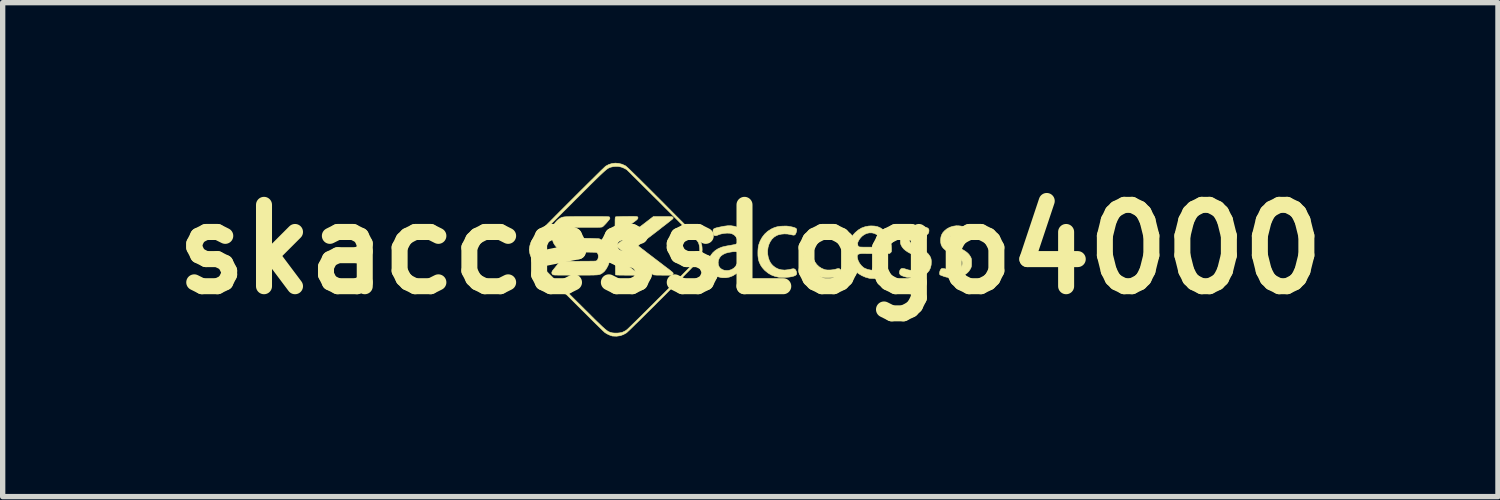
<source format=kicad_pcb>
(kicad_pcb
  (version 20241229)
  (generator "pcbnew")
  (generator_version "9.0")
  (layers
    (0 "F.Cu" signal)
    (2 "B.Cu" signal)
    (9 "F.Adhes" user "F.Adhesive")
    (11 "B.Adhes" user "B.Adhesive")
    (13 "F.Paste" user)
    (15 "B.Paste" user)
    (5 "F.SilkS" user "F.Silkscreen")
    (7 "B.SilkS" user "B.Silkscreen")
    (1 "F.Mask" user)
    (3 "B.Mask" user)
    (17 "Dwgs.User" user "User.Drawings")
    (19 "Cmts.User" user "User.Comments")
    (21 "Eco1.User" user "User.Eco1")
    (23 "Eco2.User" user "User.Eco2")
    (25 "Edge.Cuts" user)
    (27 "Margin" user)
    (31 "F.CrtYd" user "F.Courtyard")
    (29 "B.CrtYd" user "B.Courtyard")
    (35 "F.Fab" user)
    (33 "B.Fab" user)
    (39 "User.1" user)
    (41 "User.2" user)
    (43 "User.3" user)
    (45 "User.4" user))
  (footprint "skaccessLogo4000"
    (layer "F.Cu")
    (at 11.002 1.621)
    (property "Reference" "skaccessLogo4000" (at 0 0 0) (layer "F.SilkS") (effects (font (size 1.524 1.524) (thickness 0.3))))
    (attr through_hole)
    (fp_poly (pts (xy -2.507 0.151) (xy -2.492 0.161) (xy -2.469 0.177) (xy -2.44 0.197) (xy -2.406 0.221) (xy -2.37 0.248) (xy -2.331 0.277) (xy -2.292 0.306) (xy -2.254 0.334) (xy -2.218 0.362) (xy -2.185 0.387) (xy -2.158 0.408) (xy -2.137 0.425) (xy -2.123 0.437) (xy -2.119 0.442) (xy -2.117 0.458) (xy -2.12 0.467) (xy -2.127 0.483) (xy -2.324 0.483) (xy -2.382 0.482) (xy -2.429 0.482) (xy -2.464 0.481) (xy -2.491 0.48) (xy -2.509 0.479) (xy -2.52 0.477) (xy -2.524 0.475) (xy -2.524 0.475) (xy -2.525 0.466) (xy -2.526 0.447) (xy -2.526 0.419) (xy -2.526 0.383) (xy -2.526 0.342) (xy -2.526 0.308) (xy -2.525 0.258) (xy -2.524 0.22) (xy -2.524 0.191) (xy -2.522 0.171) (xy -2.521 0.158) (xy -2.518 0.151) (xy -2.516 0.148) (xy -2.514 0.148) (xy -2.507 0.151)) (stroke (width 0.01) (type solid)) (fill yes) (layer "F.SilkS"))
    (fp_poly (pts (xy -2.184 -0.618) (xy -2.158 -0.617) (xy -2.14 -0.616) (xy -2.127 -0.615) (xy -2.118 -0.613) (xy -2.113 -0.61) (xy -2.111 -0.609) (xy -2.103 -0.593) (xy -2.108 -0.576) (xy -2.125 -0.556) (xy -2.138 -0.545) (xy -2.19 -0.506) (xy -2.241 -0.468) (xy -2.291 -0.431) (xy -2.337 -0.397) (xy -2.381 -0.365) (xy -2.419 -0.336) (xy -2.452 -0.312) (xy -2.479 -0.293) (xy -2.497 -0.28) (xy -2.507 -0.274) (xy -2.509 -0.273) (xy -2.516 -0.278) (xy -2.524 -0.287) (xy -2.527 -0.294) (xy -2.529 -0.303) (xy -2.531 -0.318) (xy -2.532 -0.34) (xy -2.533 -0.37) (xy -2.534 -0.41) (xy -2.534 -0.451) (xy -2.533 -0.502) (xy -2.533 -0.541) (xy -2.532 -0.571) (xy -2.53 -0.591) (xy -2.528 -0.603) (xy -2.526 -0.608) (xy -2.526 -0.608) (xy -2.516 -0.611) (xy -2.495 -0.613) (xy -2.462 -0.614) (xy -2.417 -0.616) (xy -2.362 -0.617) (xy -2.319 -0.617) (xy -2.264 -0.618) (xy -2.219 -0.618) (xy -2.184 -0.618)) (stroke (width 0.01) (type solid)) (fill yes) (layer "F.SilkS"))
    (fp_poly (pts (xy 1.499 -0.437) (xy 1.532 -0.434) (xy 1.568 -0.43) (xy 1.604 -0.425) (xy 1.637 -0.42) (xy 1.664 -0.414) (xy 1.683 -0.409) (xy 1.688 -0.407) (xy 1.701 -0.393) (xy 1.708 -0.372) (xy 1.708 -0.347) (xy 1.703 -0.321) (xy 1.693 -0.298) (xy 1.678 -0.28) (xy 1.668 -0.274) (xy 1.657 -0.27) (xy 1.643 -0.27) (xy 1.624 -0.273) (xy 1.611 -0.277) (xy 1.587 -0.282) (xy 1.555 -0.286) (xy 1.521 -0.289) (xy 1.505 -0.29) (xy 1.44 -0.29) (xy 1.384 -0.281) (xy 1.335 -0.263) (xy 1.292 -0.235) (xy 1.263 -0.21) (xy 1.225 -0.162) (xy 1.195 -0.107) (xy 1.175 -0.046) (xy 1.164 0.018) (xy 1.162 0.052) (xy 1.168 0.116) (xy 1.184 0.177) (xy 1.209 0.232) (xy 1.243 0.281) (xy 1.285 0.322) (xy 1.334 0.354) (xy 1.388 0.376) (xy 1.409 0.382) (xy 1.446 0.386) (xy 1.491 0.386) (xy 1.537 0.382) (xy 1.582 0.375) (xy 1.605 0.368) (xy 1.632 0.361) (xy 1.65 0.358) (xy 1.662 0.359) (xy 1.667 0.361) (xy 1.687 0.377) (xy 1.7 0.403) (xy 1.706 0.433) (xy 1.707 0.455) (xy 1.704 0.472) (xy 1.694 0.485) (xy 1.677 0.495) (xy 1.65 0.504) (xy 1.619 0.512) (xy 1.569 0.522) (xy 1.515 0.528) (xy 1.46 0.531) (xy 1.409 0.531) (xy 1.364 0.527) (xy 1.344 0.523) (xy 1.268 0.501) (xy 1.201 0.468) (xy 1.142 0.427) (xy 1.091 0.376) (xy 1.05 0.318) (xy 1.018 0.253) (xy 0.997 0.18) (xy 0.986 0.101) (xy 0.984 0.057) (xy 0.99 -0.025) (xy 1.007 -0.101) (xy 1.034 -0.172) (xy 1.07 -0.236) (xy 1.116 -0.292) (xy 1.169 -0.34) (xy 1.23 -0.38) (xy 1.298 -0.41) (xy 1.372 -0.429) (xy 1.451 -0.438) (xy 1.471 -0.438) (xy 1.499 -0.437)) (stroke (width 0.01) (type solid)) (fill yes) (layer "F.SilkS"))
    (fp_poly (pts (xy 0.681 -0.437) (xy 0.71 -0.434) (xy 0.742 -0.428) (xy 0.756 -0.426) (xy 0.797 -0.417) (xy 0.827 -0.408) (xy 0.848 -0.399) (xy 0.86 -0.39) (xy 0.867 -0.378) (xy 0.869 -0.37) (xy 0.867 -0.348) (xy 0.861 -0.322) (xy 0.851 -0.297) (xy 0.84 -0.278) (xy 0.839 -0.278) (xy 0.828 -0.27) (xy 0.81 -0.267) (xy 0.785 -0.271) (xy 0.762 -0.276) (xy 0.702 -0.288) (xy 0.641 -0.291) (xy 0.581 -0.286) (xy 0.525 -0.273) (xy 0.492 -0.26) (xy 0.446 -0.231) (xy 0.406 -0.193) (xy 0.374 -0.147) (xy 0.349 -0.094) (xy 0.332 -0.036) (xy 0.324 0.026) (xy 0.326 0.089) (xy 0.336 0.148) (xy 0.356 0.208) (xy 0.383 0.258) (xy 0.419 0.3) (xy 0.463 0.336) (xy 0.466 0.338) (xy 0.521 0.366) (xy 0.58 0.382) (xy 0.643 0.387) (xy 0.711 0.38) (xy 0.735 0.375) (xy 0.763 0.369) (xy 0.788 0.364) (xy 0.806 0.362) (xy 0.809 0.362) (xy 0.832 0.368) (xy 0.849 0.385) (xy 0.862 0.413) (xy 0.865 0.424) (xy 0.869 0.444) (xy 0.869 0.457) (xy 0.864 0.468) (xy 0.859 0.475) (xy 0.842 0.489) (xy 0.814 0.5) (xy 0.776 0.51) (xy 0.73 0.518) (xy 0.676 0.523) (xy 0.648 0.524) (xy 0.613 0.524) (xy 0.58 0.524) (xy 0.552 0.523) (xy 0.533 0.521) (xy 0.531 0.521) (xy 0.457 0.503) (xy 0.392 0.478) (xy 0.334 0.444) (xy 0.281 0.401) (xy 0.266 0.388) (xy 0.223 0.339) (xy 0.191 0.29) (xy 0.166 0.235) (xy 0.154 0.197) (xy 0.148 0.161) (xy 0.143 0.118) (xy 0.142 0.069) (xy 0.143 0.019) (xy 0.147 -0.028) (xy 0.153 -0.068) (xy 0.157 -0.084) (xy 0.185 -0.16) (xy 0.223 -0.228) (xy 0.269 -0.287) (xy 0.324 -0.338) (xy 0.388 -0.379) (xy 0.403 -0.387) (xy 0.445 -0.406) (xy 0.484 -0.419) (xy 0.523 -0.428) (xy 0.568 -0.434) (xy 0.61 -0.436) (xy 0.649 -0.437) (xy 0.681 -0.437)) (stroke (width 0.01) (type solid)) (fill yes) (layer "F.SilkS"))
    (fp_poly (pts (xy -1.587 -0.616) (xy -1.546 -0.616) (xy -1.515 -0.615) (xy -1.492 -0.614) (xy -1.476 -0.613) (xy -1.465 -0.611) (xy -1.458 -0.609) (xy -1.454 -0.606) (xy -1.451 -0.603) (xy -1.444 -0.593) (xy -1.445 -0.584) (xy -1.45 -0.576) (xy -1.456 -0.57) (xy -1.471 -0.557) (xy -1.495 -0.538) (xy -1.525 -0.514) (xy -1.562 -0.485) (xy -1.603 -0.453) (xy -1.649 -0.418) (xy -1.697 -0.38) (xy -1.747 -0.341) (xy -1.798 -0.302) (xy -1.849 -0.263) (xy -1.899 -0.225) (xy -1.947 -0.189) (xy -1.991 -0.155) (xy -2.031 -0.125) (xy -2.066 -0.099) (xy -2.072 -0.095) (xy -2.088 -0.083) (xy -2.099 -0.073) (xy -2.102 -0.069) (xy -2.097 -0.065) (xy -2.083 -0.053) (xy -2.06 -0.035) (xy -2.03 -0.011) (xy -1.992 0.017) (xy -1.949 0.051) (xy -1.901 0.088) (xy -1.848 0.128) (xy -1.792 0.171) (xy -1.733 0.216) (xy -1.672 0.262) (xy -1.611 0.309) (xy -1.549 0.356) (xy -1.541 0.361) (xy -1.512 0.384) (xy -1.486 0.405) (xy -1.465 0.422) (xy -1.452 0.434) (xy -1.447 0.44) (xy -1.444 0.453) (xy -1.451 0.467) (xy -1.461 0.483) (xy -1.631 0.483) (xy -1.686 0.482) (xy -1.729 0.482) (xy -1.763 0.481) (xy -1.787 0.479) (xy -1.804 0.478) (xy -1.814 0.475) (xy -1.816 0.474) (xy -1.825 0.468) (xy -1.843 0.455) (xy -1.868 0.437) (xy -1.9 0.412) (xy -1.938 0.384) (xy -1.981 0.351) (xy -2.028 0.316) (xy -2.077 0.278) (xy -2.128 0.239) (xy -2.179 0.199) (xy -2.23 0.16) (xy -2.28 0.121) (xy -2.328 0.085) (xy -2.372 0.05) (xy -2.411 0.019) (xy -2.445 -0.007) (xy -2.473 -0.029) (xy -2.493 -0.046) (xy -2.504 -0.055) (xy -2.507 -0.058) (xy -2.51 -0.063) (xy -2.511 -0.068) (xy -2.51 -0.074) (xy -2.504 -0.082) (xy -2.494 -0.093) (xy -2.477 -0.107) (xy -2.454 -0.125) (xy -2.423 -0.149) (xy -2.384 -0.18) (xy -2.362 -0.197) (xy -2.327 -0.224) (xy -2.283 -0.257) (xy -2.234 -0.295) (xy -2.18 -0.336) (xy -2.126 -0.378) (xy -2.072 -0.419) (xy -2.023 -0.456) (xy -1.815 -0.616) (xy -1.639 -0.616) (xy -1.587 -0.616)) (stroke (width 0.01) (type solid)) (fill yes) (layer "F.SilkS"))
    (fp_poly (pts (xy 3.169 -0.439) (xy 3.2 -0.437) (xy 3.228 -0.432) (xy 3.259 -0.424) (xy 3.26 -0.424) (xy 3.295 -0.412) (xy 3.32 -0.401) (xy 3.336 -0.388) (xy 3.344 -0.372) (xy 3.346 -0.351) (xy 3.346 -0.349) (xy 3.342 -0.32) (xy 3.331 -0.296) (xy 3.314 -0.28) (xy 3.298 -0.274) (xy 3.282 -0.275) (xy 3.26 -0.28) (xy 3.233 -0.286) (xy 3.223 -0.289) (xy 3.168 -0.302) (xy 3.118 -0.304) (xy 3.072 -0.294) (xy 3.046 -0.283) (xy 3.019 -0.268) (xy 3.001 -0.25) (xy 2.989 -0.226) (xy 2.984 -0.207) (xy 2.98 -0.185) (xy 2.981 -0.167) (xy 2.987 -0.149) (xy 2.998 -0.127) (xy 3.015 -0.108) (xy 3.039 -0.089) (xy 3.071 -0.07) (xy 3.114 -0.05) (xy 3.125 -0.045) (xy 3.194 -0.013) (xy 3.25 0.018) (xy 3.296 0.05) (xy 3.332 0.084) (xy 3.359 0.12) (xy 3.37 0.139) (xy 3.38 0.162) (xy 3.386 0.184) (xy 3.389 0.211) (xy 3.39 0.23) (xy 3.387 0.291) (xy 3.373 0.347) (xy 3.349 0.397) (xy 3.314 0.439) (xy 3.278 0.468) (xy 3.246 0.487) (xy 3.216 0.502) (xy 3.183 0.512) (xy 3.145 0.519) (xy 3.1 0.523) (xy 3.054 0.524) (xy 3.018 0.525) (xy 2.983 0.524) (xy 2.954 0.523) (xy 2.933 0.521) (xy 2.928 0.521) (xy 2.891 0.511) (xy 2.858 0.5) (xy 2.83 0.488) (xy 2.811 0.477) (xy 2.807 0.473) (xy 2.795 0.452) (xy 2.793 0.426) (xy 2.799 0.398) (xy 2.814 0.371) (xy 2.818 0.367) (xy 2.834 0.358) (xy 2.858 0.356) (xy 2.89 0.362) (xy 2.921 0.372) (xy 2.963 0.385) (xy 3.011 0.392) (xy 3.061 0.393) (xy 3.106 0.388) (xy 3.121 0.384) (xy 3.16 0.368) (xy 3.188 0.343) (xy 3.208 0.309) (xy 3.214 0.289) (xy 3.218 0.256) (xy 3.214 0.226) (xy 3.201 0.199) (xy 3.179 0.174) (xy 3.146 0.149) (xy 3.102 0.124) (xy 3.061 0.105) (xy 2.999 0.076) (xy 2.948 0.048) (xy 2.907 0.02) (xy 2.874 -0.008) (xy 2.849 -0.038) (xy 2.829 -0.07) (xy 2.826 -0.076) (xy 2.818 -0.096) (xy 2.813 -0.114) (xy 2.811 -0.136) (xy 2.811 -0.165) (xy 2.811 -0.168) (xy 2.816 -0.228) (xy 2.833 -0.28) (xy 2.86 -0.326) (xy 2.899 -0.365) (xy 2.948 -0.397) (xy 3.007 -0.423) (xy 3.007 -0.423) (xy 3.032 -0.431) (xy 3.053 -0.436) (xy 3.076 -0.439) (xy 3.103 -0.44) (xy 3.131 -0.44) (xy 3.169 -0.439)) (stroke (width 0.01) (type solid)) (fill yes) (layer "F.SilkS"))
    (fp_poly (pts (xy 3.902 -0.442) (xy 3.938 -0.438) (xy 3.976 -0.431) (xy 4.014 -0.423) (xy 4.046 -0.413) (xy 4.069 -0.404) (xy 4.07 -0.404) (xy 4.088 -0.387) (xy 4.098 -0.363) (xy 4.098 -0.334) (xy 4.096 -0.323) (xy 4.087 -0.298) (xy 4.075 -0.282) (xy 4.058 -0.274) (xy 4.035 -0.274) (xy 4.003 -0.281) (xy 3.984 -0.287) (xy 3.933 -0.299) (xy 3.883 -0.302) (xy 3.837 -0.296) (xy 3.803 -0.285) (xy 3.772 -0.267) (xy 3.751 -0.246) (xy 3.74 -0.219) (xy 3.737 -0.184) (xy 3.737 -0.184) (xy 3.738 -0.162) (xy 3.74 -0.145) (xy 3.747 -0.129) (xy 3.758 -0.116) (xy 3.775 -0.102) (xy 3.8 -0.087) (xy 3.834 -0.069) (xy 3.878 -0.047) (xy 3.879 -0.047) (xy 3.938 -0.017) (xy 3.986 0.009) (xy 4.025 0.033) (xy 4.057 0.057) (xy 4.083 0.081) (xy 4.104 0.106) (xy 4.122 0.135) (xy 4.128 0.146) (xy 4.135 0.16) (xy 4.139 0.174) (xy 4.142 0.191) (xy 4.143 0.215) (xy 4.143 0.248) (xy 4.143 0.248) (xy 4.143 0.28) (xy 4.142 0.303) (xy 4.14 0.32) (xy 4.135 0.336) (xy 4.128 0.353) (xy 4.123 0.363) (xy 4.093 0.41) (xy 4.052 0.45) (xy 4.003 0.483) (xy 3.947 0.507) (xy 3.908 0.518) (xy 3.881 0.522) (xy 3.845 0.524) (xy 3.805 0.526) (xy 3.763 0.526) (xy 3.725 0.525) (xy 3.693 0.523) (xy 3.678 0.52) (xy 3.658 0.515) (xy 3.633 0.508) (xy 3.606 0.498) (xy 3.581 0.489) (xy 3.562 0.481) (xy 3.551 0.475) (xy 3.545 0.462) (xy 3.544 0.442) (xy 3.548 0.418) (xy 3.556 0.393) (xy 3.568 0.373) (xy 3.578 0.362) (xy 3.593 0.357) (xy 3.617 0.358) (xy 3.649 0.364) (xy 3.687 0.375) (xy 3.696 0.378) (xy 3.719 0.386) (xy 3.739 0.391) (xy 3.759 0.393) (xy 3.784 0.393) (xy 3.807 0.392) (xy 3.853 0.388) (xy 3.889 0.38) (xy 3.916 0.367) (xy 3.937 0.349) (xy 3.95 0.332) (xy 3.967 0.295) (xy 3.973 0.257) (xy 3.967 0.222) (xy 3.95 0.19) (xy 3.932 0.171) (xy 3.918 0.162) (xy 3.896 0.149) (xy 3.867 0.133) (xy 3.833 0.115) (xy 3.807 0.102) (xy 3.742 0.069) (xy 3.689 0.038) (xy 3.647 0.007) (xy 3.614 -0.023) (xy 3.59 -0.055) (xy 3.574 -0.089) (xy 3.566 -0.126) (xy 3.563 -0.167) (xy 3.564 -0.183) (xy 3.57 -0.233) (xy 3.584 -0.276) (xy 3.607 -0.315) (xy 3.637 -0.348) (xy 3.683 -0.386) (xy 3.737 -0.415) (xy 3.797 -0.434) (xy 3.859 -0.443) (xy 3.902 -0.442)) (stroke (width 0.01) (type solid)) (fill yes) (layer "F.SilkS"))
    (fp_poly (pts (xy 2.329 -0.437) (xy 2.383 -0.426) (xy 2.431 -0.406) (xy 2.476 -0.377) (xy 2.522 -0.337) (xy 2.566 -0.284) (xy 2.601 -0.225) (xy 2.625 -0.16) (xy 2.639 -0.087) (xy 2.644 -0.023) (xy 2.644 0.007) (xy 2.644 0.027) (xy 2.642 0.041) (xy 2.638 0.049) (xy 2.632 0.056) (xy 2.627 0.061) (xy 2.609 0.076) (xy 2.414 0.078) (xy 2.361 0.078) (xy 2.308 0.078) (xy 2.256 0.078) (xy 2.21 0.078) (xy 2.171 0.078) (xy 2.143 0.077) (xy 2.139 0.077) (xy 2.091 0.077) (xy 2.055 0.081) (xy 2.028 0.088) (xy 2.011 0.1) (xy 2.003 0.117) (xy 2.002 0.14) (xy 2.005 0.162) (xy 2.02 0.21) (xy 2.044 0.257) (xy 2.076 0.299) (xy 2.111 0.333) (xy 2.138 0.351) (xy 2.189 0.372) (xy 2.248 0.386) (xy 2.311 0.391) (xy 2.378 0.389) (xy 2.445 0.379) (xy 2.488 0.367) (xy 2.517 0.36) (xy 2.539 0.36) (xy 2.554 0.368) (xy 2.567 0.385) (xy 2.572 0.395) (xy 2.582 0.425) (xy 2.583 0.449) (xy 2.573 0.47) (xy 2.572 0.471) (xy 2.557 0.484) (xy 2.533 0.499) (xy 2.504 0.513) (xy 2.472 0.526) (xy 2.44 0.536) (xy 2.437 0.537) (xy 2.411 0.541) (xy 2.376 0.544) (xy 2.337 0.545) (xy 2.297 0.545) (xy 2.26 0.544) (xy 2.231 0.541) (xy 2.226 0.54) (xy 2.156 0.52) (xy 2.087 0.49) (xy 2.023 0.451) (xy 1.966 0.405) (xy 1.927 0.364) (xy 1.888 0.307) (xy 1.858 0.244) (xy 1.837 0.175) (xy 1.826 0.098) (xy 1.824 0.076) (xy 1.824 0.005) (xy 1.833 -0.061) (xy 1.848 -0.118) (xy 2.01 -0.118) (xy 2.01 -0.089) (xy 2.018 -0.066) (xy 2.035 -0.05) (xy 2.045 -0.046) (xy 2.056 -0.045) (xy 2.078 -0.044) (xy 2.109 -0.043) (xy 2.147 -0.043) (xy 2.191 -0.043) (xy 2.239 -0.043) (xy 2.249 -0.043) (xy 2.303 -0.043) (xy 2.346 -0.044) (xy 2.379 -0.045) (xy 2.403 -0.046) (xy 2.421 -0.047) (xy 2.433 -0.049) (xy 2.44 -0.051) (xy 2.445 -0.055) (xy 2.446 -0.055) (xy 2.457 -0.072) (xy 2.465 -0.097) (xy 2.468 -0.123) (xy 2.467 -0.139) (xy 2.454 -0.176) (xy 2.432 -0.213) (xy 2.402 -0.248) (xy 2.367 -0.277) (xy 2.329 -0.297) (xy 2.326 -0.299) (xy 2.278 -0.31) (xy 2.228 -0.31) (xy 2.179 -0.299) (xy 2.133 -0.277) (xy 2.093 -0.247) (xy 2.066 -0.219) (xy 2.042 -0.188) (xy 2.024 -0.157) (xy 2.012 -0.128) (xy 2.01 -0.118) (xy 1.848 -0.118) (xy 1.85 -0.127) (xy 1.854 -0.138) (xy 1.873 -0.188) (xy 1.896 -0.231) (xy 1.925 -0.271) (xy 1.963 -0.313) (xy 1.965 -0.315) (xy 2.021 -0.363) (xy 2.082 -0.4) (xy 2.148 -0.424) (xy 2.219 -0.438) (xy 2.267 -0.44) (xy 2.329 -0.437)) (stroke (width 0.01) (type solid)) (fill yes) (layer "F.SilkS"))
    (fp_poly (pts (xy -0.359 -0.443) (xy -0.299 -0.434) (xy -0.246 -0.417) (xy -0.228 -0.409) (xy -0.185 -0.38) (xy -0.146 -0.341) (xy -0.113 -0.292) (xy -0.086 -0.236) (xy -0.073 -0.194) (xy -0.067 -0.162) (xy -0.061 -0.118) (xy -0.057 -0.063) (xy -0.054 0.005) (xy -0.052 0.085) (xy -0.051 0.177) (xy -0.051 0.218) (xy -0.051 0.281) (xy -0.05 0.336) (xy -0.049 0.38) (xy -0.047 0.414) (xy -0.045 0.436) (xy -0.044 0.442) (xy -0.04 0.469) (xy -0.045 0.488) (xy -0.06 0.502) (xy -0.08 0.51) (xy -0.116 0.519) (xy -0.146 0.519) (xy -0.169 0.511) (xy -0.17 0.511) (xy -0.181 0.499) (xy -0.193 0.481) (xy -0.2 0.466) (xy -0.212 0.444) (xy -0.222 0.433) (xy -0.226 0.432) (xy -0.237 0.435) (xy -0.253 0.445) (xy -0.269 0.457) (xy -0.326 0.493) (xy -0.387 0.517) (xy -0.452 0.53) (xy -0.518 0.531) (xy -0.548 0.527) (xy -0.609 0.511) (xy -0.661 0.487) (xy -0.704 0.453) (xy -0.738 0.411) (xy -0.762 0.362) (xy -0.776 0.304) (xy -0.779 0.275) (xy -0.778 0.241) (xy -0.602 0.241) (xy -0.599 0.284) (xy -0.585 0.322) (xy -0.562 0.352) (xy -0.53 0.375) (xy -0.491 0.39) (xy -0.445 0.395) (xy -0.408 0.393) (xy -0.381 0.387) (xy -0.354 0.378) (xy -0.345 0.374) (xy -0.305 0.348) (xy -0.272 0.312) (xy -0.247 0.267) (xy -0.232 0.218) (xy -0.226 0.182) (xy -0.223 0.145) (xy -0.223 0.11) (xy -0.226 0.082) (xy -0.229 0.072) (xy -0.236 0.058) (xy -0.246 0.048) (xy -0.263 0.043) (xy -0.287 0.042) (xy -0.321 0.043) (xy -0.332 0.044) (xy -0.402 0.055) (xy -0.462 0.071) (xy -0.512 0.095) (xy -0.551 0.124) (xy -0.579 0.161) (xy -0.596 0.203) (xy -0.602 0.241) (xy -0.778 0.241) (xy -0.777 0.216) (xy -0.763 0.16) (xy -0.738 0.108) (xy -0.702 0.062) (xy -0.657 0.021) (xy -0.602 -0.014) (xy -0.539 -0.041) (xy -0.539 -0.041) (xy -0.515 -0.048) (xy -0.482 -0.056) (xy -0.444 -0.064) (xy -0.405 -0.071) (xy -0.391 -0.073) (xy -0.347 -0.081) (xy -0.314 -0.087) (xy -0.29 -0.092) (xy -0.272 -0.098) (xy -0.259 -0.103) (xy -0.249 -0.11) (xy -0.243 -0.116) (xy -0.232 -0.131) (xy -0.23 -0.151) (xy -0.236 -0.176) (xy -0.244 -0.194) (xy -0.269 -0.237) (xy -0.3 -0.269) (xy -0.339 -0.291) (xy -0.384 -0.303) (xy -0.437 -0.305) (xy -0.483 -0.301) (xy -0.519 -0.295) (xy -0.546 -0.29) (xy -0.568 -0.284) (xy -0.589 -0.277) (xy -0.612 -0.267) (xy -0.614 -0.266) (xy -0.642 -0.257) (xy -0.663 -0.257) (xy -0.679 -0.267) (xy -0.688 -0.282) (xy -0.695 -0.303) (xy -0.698 -0.33) (xy -0.698 -0.355) (xy -0.695 -0.371) (xy -0.689 -0.38) (xy -0.679 -0.387) (xy -0.663 -0.395) (xy -0.639 -0.403) (xy -0.607 -0.411) (xy -0.565 -0.42) (xy -0.512 -0.431) (xy -0.489 -0.435) (xy -0.424 -0.443) (xy -0.359 -0.443)) (stroke (width 0.01) (type solid)) (fill yes) (layer "F.SilkS"))
    (fp_poly (pts (xy -2.903 -0.616) (xy -2.843 -0.616) (xy -2.793 -0.616) (xy -2.752 -0.615) (xy -2.719 -0.615) (xy -2.693 -0.614) (xy -2.673 -0.613) (xy -2.659 -0.612) (xy -2.649 -0.611) (xy -2.643 -0.609) (xy -2.639 -0.608) (xy -2.636 -0.605) (xy -2.635 -0.603) (xy -2.63 -0.587) (xy -2.63 -0.578) (xy -2.635 -0.569) (xy -2.647 -0.552) (xy -2.665 -0.531) (xy -2.685 -0.507) (xy -2.707 -0.482) (xy -2.729 -0.459) (xy -2.748 -0.44) (xy -2.763 -0.427) (xy -2.77 -0.422) (xy -2.776 -0.42) (xy -2.786 -0.418) (xy -2.801 -0.416) (xy -2.821 -0.415) (xy -2.849 -0.414) (xy -2.885 -0.414) (xy -2.93 -0.413) (xy -2.984 -0.413) (xy -3.05 -0.413) (xy -3.106 -0.413) (xy -3.179 -0.413) (xy -3.239 -0.412) (xy -3.289 -0.412) (xy -3.33 -0.412) (xy -3.363 -0.411) (xy -3.389 -0.41) (xy -3.408 -0.409) (xy -3.423 -0.408) (xy -3.434 -0.406) (xy -3.442 -0.404) (xy -3.449 -0.402) (xy -3.452 -0.4) (xy -3.477 -0.384) (xy -3.49 -0.367) (xy -3.499 -0.34) (xy -3.5 -0.308) (xy -3.496 -0.276) (xy -3.489 -0.258) (xy -3.485 -0.248) (xy -3.48 -0.24) (xy -3.474 -0.233) (xy -3.465 -0.227) (xy -3.454 -0.222) (xy -3.438 -0.219) (xy -3.416 -0.216) (xy -3.388 -0.214) (xy -3.352 -0.213) (xy -3.308 -0.211) (xy -3.254 -0.211) (xy -3.188 -0.21) (xy -3.143 -0.209) (xy -3.06 -0.208) (xy -2.99 -0.207) (xy -2.932 -0.205) (xy -2.886 -0.203) (xy -2.853 -0.202) (xy -2.833 -0.2) (xy -2.827 -0.198) (xy -2.778 -0.175) (xy -2.735 -0.141) (xy -2.699 -0.098) (xy -2.669 -0.046) (xy -2.647 0.013) (xy -2.634 0.078) (xy -2.631 0.112) (xy -2.63 0.172) (xy -2.638 0.226) (xy -2.655 0.28) (xy -2.67 0.314) (xy -2.701 0.369) (xy -2.734 0.412) (xy -2.771 0.443) (xy -2.779 0.448) (xy -2.79 0.455) (xy -2.801 0.461) (xy -2.812 0.465) (xy -2.825 0.47) (xy -2.84 0.473) (xy -2.859 0.476) (xy -2.882 0.478) (xy -2.91 0.479) (xy -2.945 0.481) (xy -2.988 0.481) (xy -3.038 0.482) (xy -3.098 0.482) (xy -3.169 0.482) (xy -3.25 0.483) (xy -3.281 0.483) (xy -3.363 0.483) (xy -3.433 0.482) (xy -3.493 0.482) (xy -3.543 0.482) (xy -3.584 0.482) (xy -3.617 0.481) (xy -3.642 0.48) (xy -3.662 0.48) (xy -3.677 0.478) (xy -3.687 0.477) (xy -3.694 0.475) (xy -3.699 0.473) (xy -3.701 0.471) (xy -3.716 0.452) (xy -3.718 0.43) (xy -3.709 0.407) (xy -3.704 0.399) (xy -3.668 0.354) (xy -3.636 0.314) (xy -3.608 0.281) (xy -3.586 0.256) (xy -3.57 0.239) (xy -3.563 0.233) (xy -3.558 0.231) (xy -3.552 0.229) (xy -3.543 0.227) (xy -3.53 0.226) (xy -3.512 0.225) (xy -3.488 0.224) (xy -3.457 0.223) (xy -3.418 0.222) (xy -3.37 0.222) (xy -3.311 0.222) (xy -3.241 0.222) (xy -3.226 0.222) (xy -3.163 0.221) (xy -3.103 0.221) (xy -3.048 0.221) (xy -3 0.22) (xy -2.958 0.219) (xy -2.925 0.219) (xy -2.903 0.218) (xy -2.891 0.217) (xy -2.89 0.217) (xy -2.871 0.206) (xy -2.857 0.186) (xy -2.849 0.16) (xy -2.846 0.132) (xy -2.848 0.105) (xy -2.856 0.081) (xy -2.869 0.063) (xy -2.88 0.057) (xy -2.89 0.056) (xy -2.913 0.054) (xy -2.946 0.053) (xy -2.989 0.052) (xy -3.041 0.051) (xy -3.101 0.051) (xy -3.168 0.051) (xy -3.171 0.051) (xy -3.243 0.051) (xy -3.304 0.05) (xy -3.355 0.05) (xy -3.397 0.049) (xy -3.431 0.047) (xy -3.459 0.045) (xy -3.482 0.041) (xy -3.502 0.037) (xy -3.519 0.032) (xy -3.535 0.026) (xy -3.551 0.019) (xy -3.556 0.016) (xy -3.594 -0.009) (xy -3.63 -0.042) (xy -3.662 -0.082) (xy -3.686 -0.122) (xy -3.707 -0.179) (xy -3.718 -0.241) (xy -3.72 -0.306) (xy -3.712 -0.369) (xy -3.694 -0.428) (xy -3.675 -0.469) (xy -3.653 -0.501) (xy -3.624 -0.534) (xy -3.592 -0.563) (xy -3.564 -0.582) (xy -3.553 -0.589) (xy -3.542 -0.594) (xy -3.531 -0.599) (xy -3.518 -0.603) (xy -3.503 -0.606) (xy -3.485 -0.609) (xy -3.462 -0.611) (xy -3.434 -0.613) (xy -3.399 -0.614) (xy -3.357 -0.615) (xy -3.306 -0.615) (xy -3.247 -0.616) (xy -3.177 -0.616) (xy -3.095 -0.616) (xy -3.056 -0.616) (xy -2.974 -0.616) (xy -2.903 -0.616)) (stroke (width 0.01) (type solid)) (fill yes) (layer "F.SilkS"))
    (fp_poly (pts (xy -2.464 -1.611) (xy -2.402 -1.595) (xy -2.342 -1.568) (xy -2.338 -1.565) (xy -2.33 -1.56) (xy -2.318 -1.549) (xy -2.3 -1.533) (xy -2.277 -1.512) (xy -2.248 -1.484) (xy -2.214 -1.451) (xy -2.173 -1.411) (xy -2.125 -1.364) (xy -2.07 -1.31) (xy -2.009 -1.249) (xy -1.939 -1.18) (xy -1.862 -1.103) (xy -1.777 -1.018) (xy -1.683 -0.924) (xy -1.628 -0.869) (xy -1.537 -0.777) (xy -1.455 -0.694) (xy -1.38 -0.619) (xy -1.313 -0.552) (xy -1.253 -0.492) (xy -1.201 -0.439) (xy -1.154 -0.392) (xy -1.114 -0.351) (xy -1.079 -0.315) (xy -1.049 -0.284) (xy -1.023 -0.258) (xy -1.002 -0.235) (xy -0.985 -0.217) (xy -0.971 -0.201) (xy -0.96 -0.188) (xy -0.952 -0.178) (xy -0.945 -0.169) (xy -0.94 -0.161) (xy -0.937 -0.155) (xy -0.935 -0.152) (xy -0.919 -0.114) (xy -0.909 -0.079) (xy -0.904 -0.041) (xy -0.902 0.003) (xy -0.903 0.025) (xy -0.907 0.074) (xy -0.916 0.115) (xy -0.93 0.153) (xy -0.952 0.192) (xy -0.954 0.194) (xy -0.961 0.203) (xy -0.977 0.221) (xy -1 0.246) (xy -1.031 0.278) (xy -1.069 0.316) (xy -1.112 0.361) (xy -1.16 0.41) (xy -1.214 0.464) (xy -1.271 0.522) (xy -1.332 0.584) (xy -1.395 0.648) (xy -1.461 0.714) (xy -1.529 0.782) (xy -1.597 0.851) (xy -1.666 0.92) (xy -1.735 0.988) (xy -1.802 1.056) (xy -1.869 1.122) (xy -1.933 1.185) (xy -1.994 1.246) (xy -2.052 1.304) (xy -2.106 1.357) (xy -2.156 1.405) (xy -2.2 1.449) (xy -2.238 1.486) (xy -2.27 1.517) (xy -2.295 1.54) (xy -2.312 1.556) (xy -2.32 1.563) (xy -2.377 1.595) (xy -2.436 1.616) (xy -2.5 1.625) (xy -2.52 1.625) (xy -2.546 1.624) (xy -2.569 1.623) (xy -2.585 1.622) (xy -2.588 1.621) (xy -2.619 1.611) (xy -2.655 1.596) (xy -2.69 1.578) (xy -2.72 1.559) (xy -2.721 1.559) (xy -2.73 1.551) (xy -2.747 1.535) (xy -2.772 1.512) (xy -2.803 1.481) (xy -2.842 1.443) (xy -2.886 1.4) (xy -2.935 1.352) (xy -2.989 1.298) (xy -3.046 1.241) (xy -3.107 1.18) (xy -3.171 1.117) (xy -3.237 1.051) (xy -3.304 0.984) (xy -3.372 0.916) (xy -3.441 0.848) (xy -3.509 0.78) (xy -3.575 0.713) (xy -3.64 0.648) (xy -3.703 0.585) (xy -3.763 0.524) (xy -3.819 0.468) (xy -3.872 0.415) (xy -3.919 0.367) (xy -3.961 0.324) (xy -3.997 0.287) (xy -4.026 0.257) (xy -4.048 0.234) (xy -4.062 0.219) (xy -4.066 0.214) (xy -4.098 0.163) (xy -4.121 0.105) (xy -4.13 0.072) (xy -4.137 0.034) (xy -4.139 0.01) (xy -4.077 0.01) (xy -4.073 0.064) (xy -4.061 0.113) (xy -4.04 0.16) (xy -4.008 0.208) (xy -3.994 0.225) (xy -3.986 0.235) (xy -3.968 0.253) (xy -3.943 0.279) (xy -3.911 0.313) (xy -3.871 0.353) (xy -3.826 0.399) (xy -3.775 0.451) (xy -3.718 0.507) (xy -3.657 0.569) (xy -3.592 0.634) (xy -3.524 0.702) (xy -3.452 0.774) (xy -3.379 0.847) (xy -3.337 0.889) (xy -3.248 0.978) (xy -3.168 1.057) (xy -3.096 1.129) (xy -3.031 1.193) (xy -2.974 1.25) (xy -2.923 1.301) (xy -2.878 1.345) (xy -2.838 1.383) (xy -2.804 1.416) (xy -2.775 1.444) (xy -2.749 1.467) (xy -2.727 1.487) (xy -2.708 1.503) (xy -2.692 1.515) (xy -2.678 1.526) (xy -2.666 1.534) (xy -2.655 1.54) (xy -2.644 1.545) (xy -2.634 1.549) (xy -2.623 1.553) (xy -2.612 1.556) (xy -2.61 1.557) (xy -2.577 1.564) (xy -2.536 1.567) (xy -2.492 1.567) (xy -2.449 1.563) (xy -2.411 1.556) (xy -2.392 1.55) (xy -2.366 1.538) (xy -2.337 1.523) (xy -2.321 1.512) (xy -2.312 1.505) (xy -2.294 1.489) (xy -2.269 1.465) (xy -2.237 1.434) (xy -2.198 1.396) (xy -2.154 1.353) (xy -2.105 1.305) (xy -2.051 1.252) (xy -1.993 1.194) (xy -1.932 1.134) (xy -1.869 1.071) (xy -1.803 1.006) (xy -1.737 0.939) (xy -1.669 0.872) (xy -1.602 0.805) (xy -1.535 0.738) (xy -1.469 0.672) (xy -1.406 0.608) (xy -1.344 0.546) (xy -1.286 0.488) (xy -1.232 0.433) (xy -1.182 0.382) (xy -1.138 0.337) (xy -1.099 0.297) (xy -1.066 0.263) (xy -1.04 0.236) (xy -1.022 0.216) (xy -1.012 0.205) (xy -1.011 0.203) (xy -0.998 0.185) (xy -0.989 0.171) (xy -0.984 0.165) (xy -0.98 0.158) (xy -0.973 0.142) (xy -0.965 0.124) (xy -0.953 0.078) (xy -0.947 0.026) (xy -0.949 -0.028) (xy -0.955 -0.071) (xy -0.958 -0.083) (xy -0.961 -0.095) (xy -0.964 -0.105) (xy -0.968 -0.116) (xy -0.973 -0.128) (xy -0.98 -0.14) (xy -0.99 -0.155) (xy -1.002 -0.171) (xy -1.017 -0.189) (xy -1.036 -0.211) (xy -1.058 -0.236) (xy -1.085 -0.265) (xy -1.117 -0.298) (xy -1.154 -0.337) (xy -1.197 -0.38) (xy -1.245 -0.43) (xy -1.301 -0.485) (xy -1.363 -0.548) (xy -1.433 -0.617) (xy -1.51 -0.695) (xy -1.596 -0.78) (xy -1.659 -0.844) (xy -1.734 -0.919) (xy -1.807 -0.991) (xy -1.877 -1.061) (xy -1.944 -1.127) (xy -2.007 -1.19) (xy -2.065 -1.248) (xy -2.119 -1.301) (xy -2.167 -1.349) (xy -2.209 -1.39) (xy -2.244 -1.426) (xy -2.273 -1.454) (xy -2.294 -1.474) (xy -2.307 -1.487) (xy -2.311 -1.491) (xy -2.34 -1.509) (xy -2.377 -1.527) (xy -2.416 -1.542) (xy -2.433 -1.546) (xy -2.474 -1.553) (xy -2.521 -1.554) (xy -2.568 -1.55) (xy -2.61 -1.541) (xy -2.616 -1.539) (xy -2.626 -1.536) (xy -2.637 -1.532) (xy -2.647 -1.527) (xy -2.658 -1.522) (xy -2.669 -1.514) (xy -2.683 -1.505) (xy -2.698 -1.494) (xy -2.715 -1.479) (xy -2.736 -1.461) (xy -2.759 -1.44) (xy -2.787 -1.414) (xy -2.819 -1.384) (xy -2.855 -1.349) (xy -2.897 -1.308) (xy -2.945 -1.261) (xy -2.999 -1.208) (xy -3.059 -1.147) (xy -3.127 -1.08) (xy -3.202 -1.005) (xy -3.286 -0.922) (xy -3.359 -0.848) (xy -3.434 -0.773) (xy -3.507 -0.701) (xy -3.576 -0.631) (xy -3.643 -0.564) (xy -3.705 -0.502) (xy -3.763 -0.443) (xy -3.816 -0.39) (xy -3.864 -0.342) (xy -3.905 -0.3) (xy -3.941 -0.265) (xy -3.969 -0.236) (xy -3.989 -0.215) (xy -4.001 -0.202) (xy -4.005 -0.198) (xy -4.016 -0.184) (xy -4.023 -0.176) (xy -4.038 -0.154) (xy -4.051 -0.123) (xy -4.063 -0.086) (xy -4.071 -0.046) (xy -4.076 -0.007) (xy -4.077 0.01) (xy -4.139 0.01) (xy -4.14 0.003) (xy -4.137 -0.028) (xy -4.13 -0.064) (xy -4.128 -0.072) (xy -4.124 -0.086) (xy -4.121 -0.097) (xy -4.118 -0.109) (xy -4.115 -0.119) (xy -4.11 -0.13) (xy -4.104 -0.142) (xy -4.097 -0.155) (xy -4.087 -0.169) (xy -4.074 -0.186) (xy -4.058 -0.205) (xy -4.039 -0.227) (xy -4.016 -0.253) (xy -3.988 -0.282) (xy -3.955 -0.316) (xy -3.918 -0.355) (xy -3.874 -0.399) (xy -3.825 -0.45) (xy -3.769 -0.506) (xy -3.706 -0.569) (xy -3.636 -0.64) (xy -3.558 -0.718) (xy -3.471 -0.805) (xy -3.407 -0.869) (xy -3.33 -0.946) (xy -3.255 -1.021) (xy -3.183 -1.093) (xy -3.113 -1.162) (xy -3.048 -1.227) (xy -2.986 -1.288) (xy -2.929 -1.344) (xy -2.878 -1.395) (xy -2.832 -1.44) (xy -2.793 -1.479) (xy -2.76 -1.51) (xy -2.735 -1.534) (xy -2.717 -1.551) (xy -2.708 -1.559) (xy -2.708 -1.559) (xy -2.651 -1.59) (xy -2.59 -1.609) (xy -2.528 -1.616) (xy -2.464 -1.611)) (stroke (width 0.01) (type solid)) (fill yes) (layer "F.SilkS")))
  (gr_rect
    (start -3 -3)
    (end 25.004 6.251)
    (stroke (width 0.1) (type default))
    (fill no)
    (layer "Edge.Cuts")))
</source>
